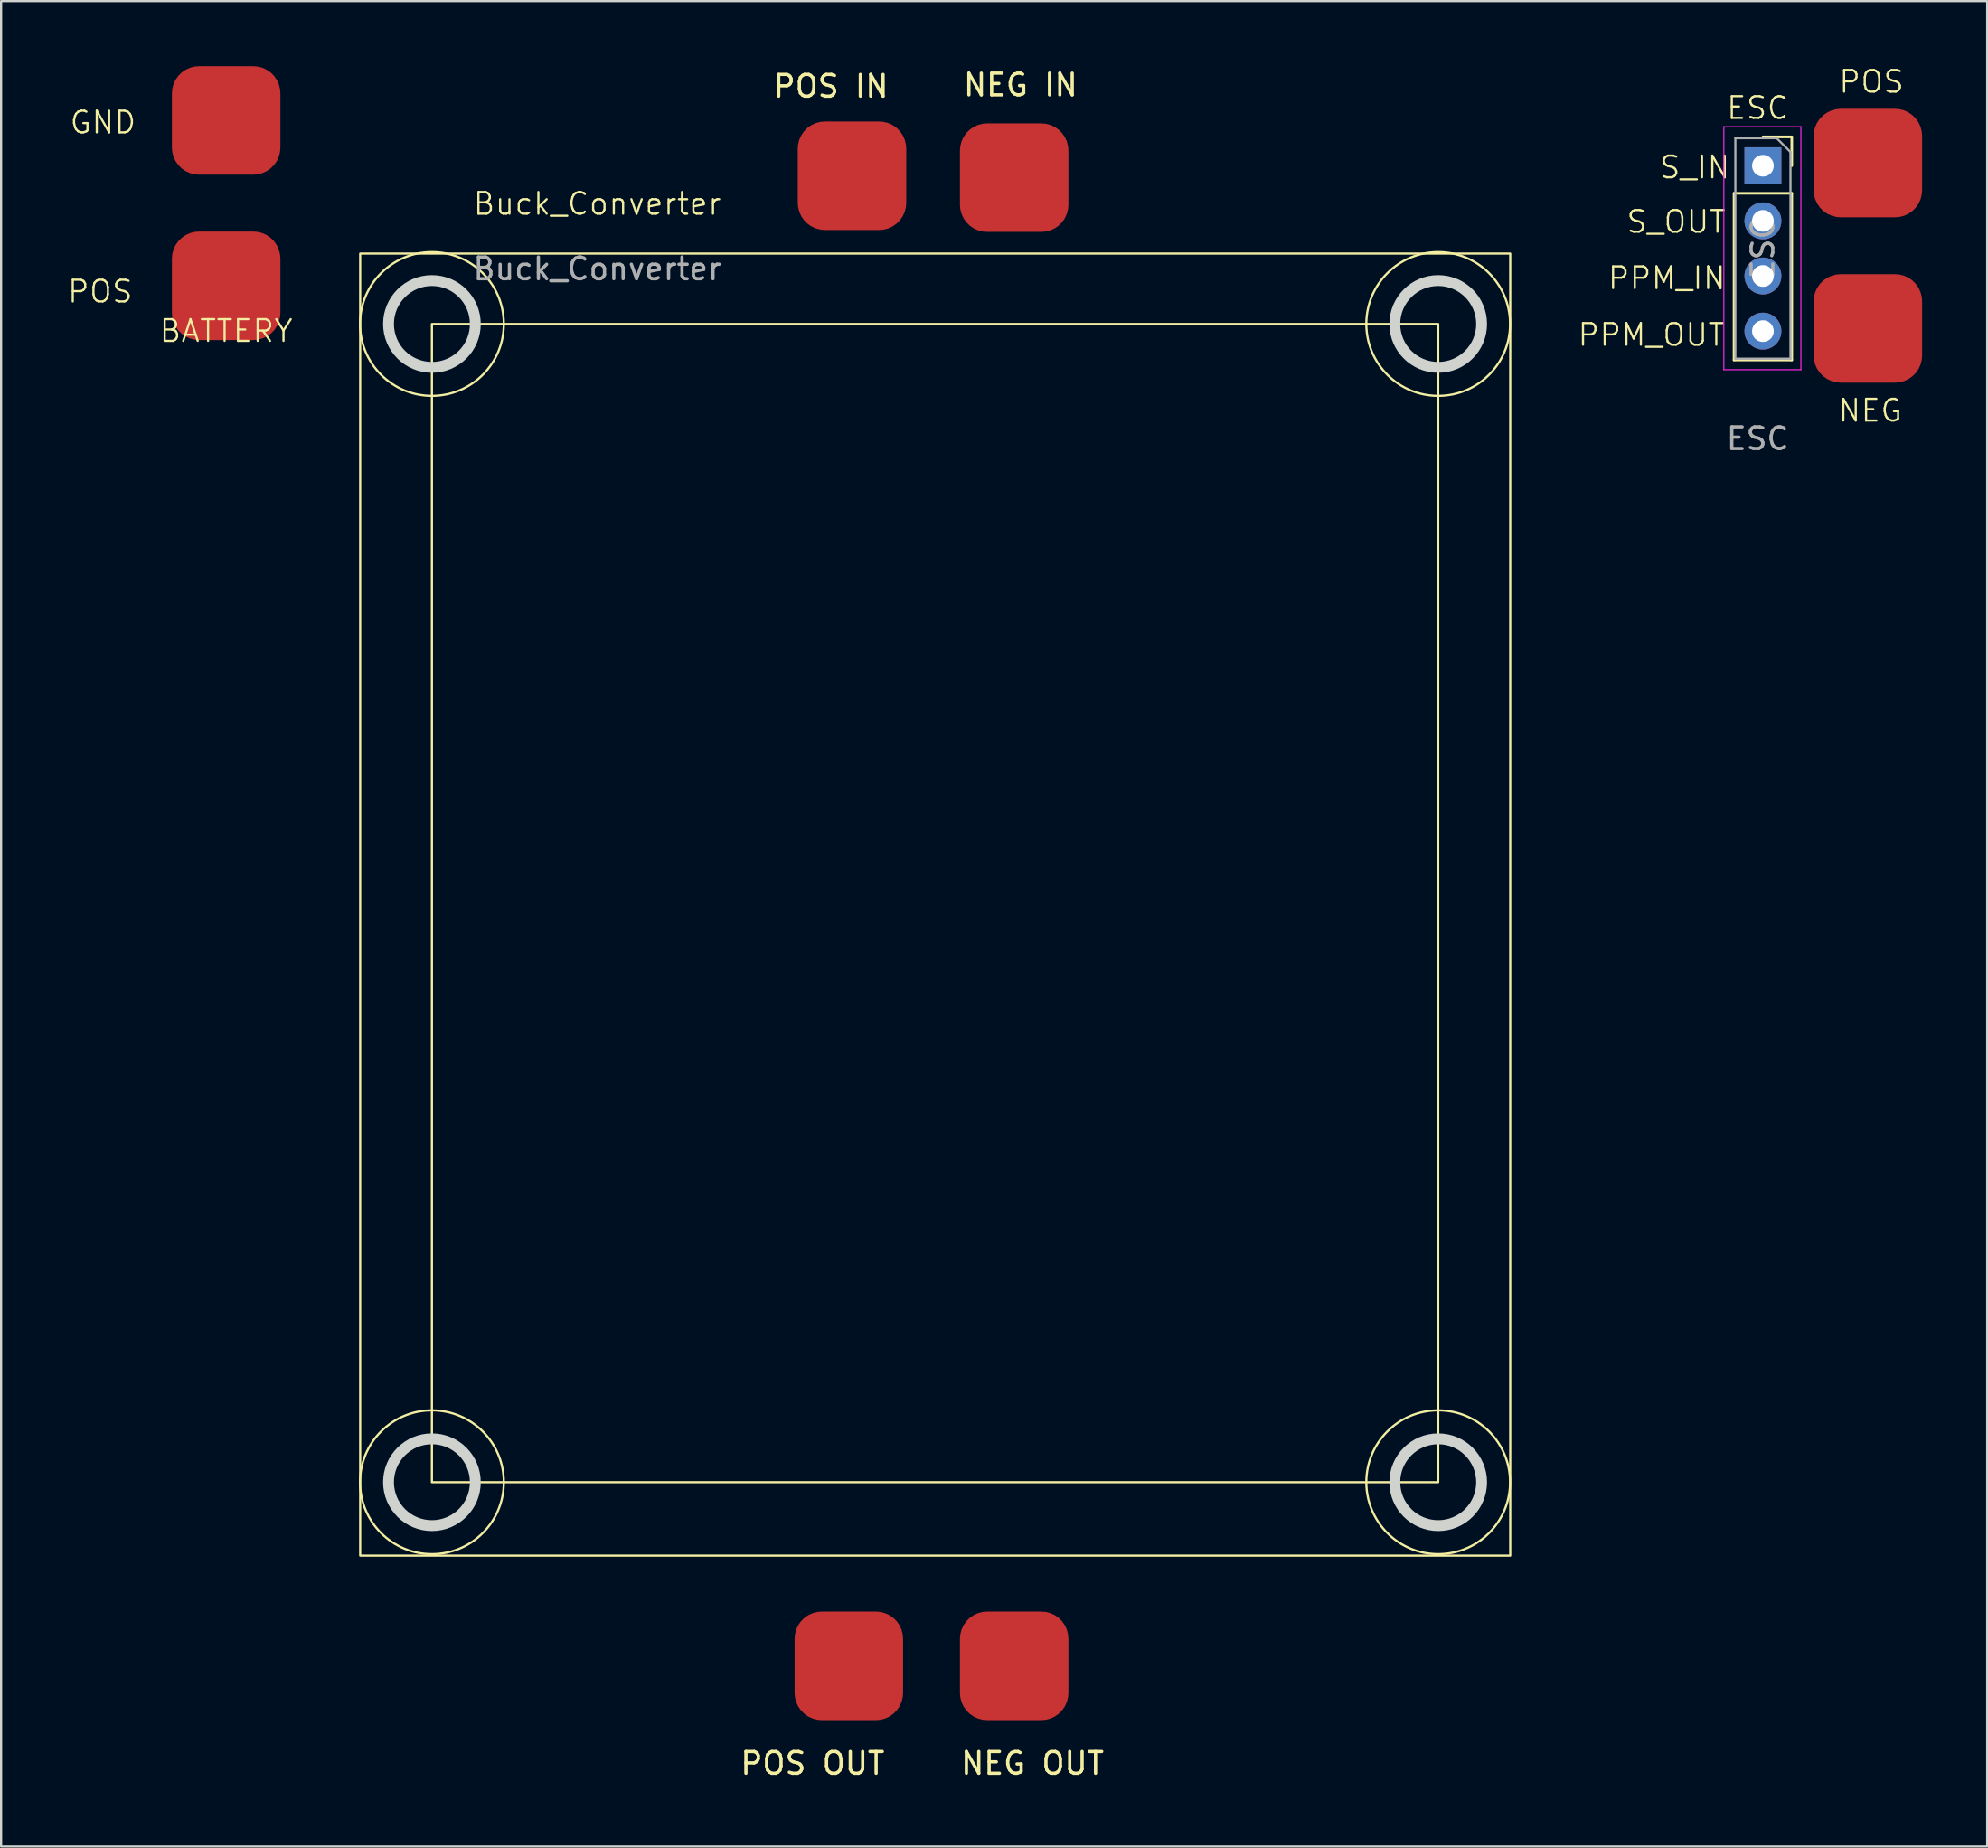
<source format=kicad_pcb>
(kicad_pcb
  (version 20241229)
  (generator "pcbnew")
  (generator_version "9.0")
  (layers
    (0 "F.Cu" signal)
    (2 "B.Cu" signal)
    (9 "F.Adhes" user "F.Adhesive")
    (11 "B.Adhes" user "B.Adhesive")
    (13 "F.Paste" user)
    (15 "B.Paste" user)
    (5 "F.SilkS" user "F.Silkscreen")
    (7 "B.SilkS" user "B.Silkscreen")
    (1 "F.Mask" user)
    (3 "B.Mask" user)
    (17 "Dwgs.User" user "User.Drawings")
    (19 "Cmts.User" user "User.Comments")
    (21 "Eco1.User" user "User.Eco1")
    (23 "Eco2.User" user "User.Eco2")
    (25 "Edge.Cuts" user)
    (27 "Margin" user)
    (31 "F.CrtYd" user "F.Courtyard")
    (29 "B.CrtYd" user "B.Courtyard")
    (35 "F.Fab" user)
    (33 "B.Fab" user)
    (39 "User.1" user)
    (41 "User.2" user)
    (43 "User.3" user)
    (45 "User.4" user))
  (footprint "Buck_Converter"
    (layer "F.Cu")
    (at 38.609 38.156)
    (property "Reference" "Buck_Converter" (at -14.134 -31.817 0) (unlocked yes) (layer "F.SilkS") (effects (font (size 1 1) (thickness 0.1))))
    (attr through_hole)
    (fp_rect (start -25.06 -29.52) (end 27.94 30.48) (stroke (width 0.1) (type default)) (fill no) (layer "F.SilkS"))
    (fp_rect (start -21.754 -26.277) (end 24.621 27.098) (stroke (width 0.1) (type default)) (fill no) (layer "F.SilkS"))
    (fp_circle (center -21.754 -26.277) (end -18.441 -26.277) (stroke (width 0.1) (type default)) (fill no) (layer "F.SilkS"))
    (fp_circle (center -21.754 27.098) (end -18.441 27.098) (stroke (width 0.1) (type default)) (fill no) (layer "F.SilkS"))
    (fp_circle (center 24.621 -26.277) (end 27.934 -26.277) (stroke (width 0.1) (type default)) (fill no) (layer "F.SilkS"))
    (fp_circle (center 24.621 27.098) (end 27.934 27.098) (stroke (width 0.1) (type default)) (fill no) (layer "F.SilkS"))
    (fp_circle (center -21.754 -26.277) (end -19.754 -26.277) (stroke (width 0.5) (type default)) (fill no) (layer "Edge.Cuts"))
    (fp_circle (center -21.754 27.098) (end -19.754 27.098) (stroke (width 0.5) (type default)) (fill no) (layer "Edge.Cuts"))
    (fp_circle (center 24.621 -26.277) (end 26.621 -26.277) (stroke (width 0.5) (type default)) (fill no) (layer "Edge.Cuts"))
    (fp_circle (center 24.621 27.098) (end 26.621 27.098) (stroke (width 0.5) (type default)) (fill no) (layer "Edge.Cuts"))
    (fp_text user "NEG OUT" (at 2.54 40.64 0) (unlocked yes) (layer "F.SilkS") (effects (font (size 1 1) (thickness 0.15)) (justify left bottom)))
    (fp_text user "POS OUT" (at -7.62 40.64 0) (unlocked yes) (layer "F.SilkS") (effects (font (size 1 1) (thickness 0.15)) (justify left bottom)))
    (fp_text user "NEG IN" (at 2.656 -36.706 0) (unlocked yes) (layer "F.SilkS") (effects (font (size 1 1) (thickness 0.15)) (justify left bottom)))
    (fp_text user "POS IN" (at -6.109 -36.647 0) (unlocked yes) (layer "F.SilkS") (effects (font (size 1 1) (thickness 0.15)) (justify left bottom)))
    (fp_text user "${REFERENCE}" (at -14.134 -28.817 0) (unlocked yes) (layer "F.Fab") (effects (font (size 1 1) (thickness 0.15))))
    (pad "1" smd roundrect (at -2.394 -33.107) (size 5 5) (layers "F.Cu" "F.Mask" "F.Paste") (roundrect_rratio 0.25))
    (pad "2" smd roundrect (at 5.08 -33.02) (size 5 5) (layers "F.Cu" "F.Mask" "F.Paste") (roundrect_rratio 0.25))
    (pad "3" smd roundrect (at -2.54 35.56) (size 5 5) (layers "F.Cu" "F.Mask" "F.Paste") (roundrect_rratio 0.25))
    (pad "4" smd roundrect (at 5.08 35.56) (size 5 5) (layers "F.Cu" "F.Mask" "F.Paste") (roundrect_rratio 0.25)))
  (footprint "ESC"
    (layer "F.Cu")
    (at 77.952 7.004)
    (property "Reference" "ESC" (at 0 -5.08 0) (unlocked yes) (layer "F.SilkS") (effects (font (size 1 1) (thickness 0.1))))
    (attr through_hole)
    (fp_line (start -1.087 -1.146) (end -1.087 6.534) (stroke (width 0.12) (type solid)) (layer "F.SilkS"))
    (fp_line (start -1.087 -1.146) (end 1.573 -1.146) (stroke (width 0.12) (type solid)) (layer "F.SilkS"))
    (fp_line (start -1.087 6.534) (end 1.573 6.534) (stroke (width 0.12) (type solid)) (layer "F.SilkS"))
    (fp_line (start 0.243 -3.746) (end 1.573 -3.746) (stroke (width 0.12) (type solid)) (layer "F.SilkS"))
    (fp_line (start 1.573 -3.746) (end 1.573 -2.416) (stroke (width 0.12) (type solid)) (layer "F.SilkS"))
    (fp_line (start 1.573 -1.146) (end 1.573 6.534) (stroke (width 0.12) (type solid)) (layer "F.SilkS"))
    (fp_line (start -1.557 -4.216) (end 1.993 -4.216) (stroke (width 0.05) (type solid)) (layer "F.CrtYd"))
    (fp_line (start -1.557 6.984) (end -1.557 -4.216) (stroke (width 0.05) (type solid)) (layer "F.CrtYd"))
    (fp_line (start 1.993 -4.216) (end 1.993 6.984) (stroke (width 0.05) (type solid)) (layer "F.CrtYd"))
    (fp_line (start 1.993 6.984) (end -1.557 6.984) (stroke (width 0.05) (type solid)) (layer "F.CrtYd"))
    (fp_line (start -1.027 -3.686) (end 0.878 -3.686) (stroke (width 0.1) (type solid)) (layer "F.Fab"))
    (fp_line (start -1.027 6.474) (end -1.027 -3.686) (stroke (width 0.1) (type solid)) (layer "F.Fab"))
    (fp_line (start 0.878 -3.686) (end 1.513 -3.051) (stroke (width 0.1) (type solid)) (layer "F.Fab"))
    (fp_line (start 1.513 -3.051) (end 1.513 6.474) (stroke (width 0.1) (type solid)) (layer "F.Fab"))
    (fp_line (start 1.513 6.474) (end -1.027 6.474) (stroke (width 0.1) (type solid)) (layer "F.Fab"))
    (fp_text user "S_OUT" (at -6.108 0.751 0) (unlocked yes) (layer "F.SilkS") (effects (font (size 1 1) (thickness 0.1)) (justify left bottom)))
    (fp_text user "POS" (at 3.68 -5.704 0) (unlocked yes) (layer "F.SilkS") (effects (font (size 1 1) (thickness 0.1)) (justify left bottom)))
    (fp_text user "S_IN" (at -4.582 -1.757 0) (unlocked yes) (layer "F.SilkS") (effects (font (size 1 1) (thickness 0.1)) (justify left bottom)))
    (fp_text user "PPM_OUT" (at -8.353 5.96 0) (unlocked yes) (layer "F.SilkS") (effects (font (size 1 1) (thickness 0.1)) (justify left bottom)))
    (fp_text user "PPM_IN" (at -6.967 3.347 0) (unlocked yes) (layer "F.SilkS") (effects (font (size 1 1) (thickness 0.1)) (justify left bottom)))
    (fp_text user "NEG" (at 3.645 9.451 0) (unlocked yes) (layer "F.SilkS") (effects (font (size 1 1) (thickness 0.1)) (justify left bottom)))
    (fp_text user "${REFERENCE}" (at 0.243 1.394 90) (layer "F.Fab") (effects (font (size 1 1) (thickness 0.15))))
    (fp_text user "${REFERENCE}" (at 0 10.16 0) (unlocked yes) (layer "F.Fab") (effects (font (size 1 1) (thickness 0.15))))
    (pad "1" smd roundrect (at 5.08 -2.54) (size 5 5) (layers "F.Cu" "F.Mask" "F.Paste") (roundrect_rratio 0.25))
    (pad "2" smd roundrect (at 5.08 5.08) (size 5 5) (layers "F.Cu" "F.Mask" "F.Paste") (roundrect_rratio 0.25))
    (pad "3" thru_hole rect (at 0.243 -2.416) (size 1.7 1.7) (drill 1) (layers "*.Cu" "*.Mask"))
    (pad "4" thru_hole oval (at 0.243 0.124) (size 1.7 1.7) (drill 1) (layers "*.Cu" "*.Mask"))
    (pad "5" thru_hole oval (at 0.243 2.664) (size 1.7 1.7) (drill 1) (layers "*.Cu" "*.Mask"))
    (pad "6" thru_hole oval (at 0.243 5.204) (size 1.7 1.7) (drill 1) (layers "*.Cu" "*.Mask")))
  (footprint "BATTERY"
    (layer "F.Cu")
    (at 7.372 5.04)
    (property "Reference" "BATTERY" (at 0 7.16 0) (unlocked yes) (layer "F.SilkS") (effects (font (size 1 1) (thickness 0.1))))
    (attr through_hole)
    (fp_text user "POS" (at -7.372 5.929 0) (unlocked yes) (layer "F.SilkS") (effects (font (size 1 1) (thickness 0.1)) (justify left bottom)))
    (fp_text user "GND" (at -7.267 -1.863 0) (unlocked yes) (layer "F.SilkS") (effects (font (size 1 1) (thickness 0.1)) (justify left bottom)))
    (pad "1" smd roundrect (at 0 -2.54) (size 5 5) (layers "F.Cu" "F.Mask" "F.Paste") (roundrect_rratio 0.25))
    (pad "2" smd roundrect (at 0 5.08) (size 5 5) (layers "F.Cu" "F.Mask" "F.Paste") (roundrect_rratio 0.25)))
  (gr_rect
    (start -3 -3)
    (end 88.532 82.042)
    (stroke (width 0.1) (type default))
    (fill no)
    (layer "Edge.Cuts")))
</source>
